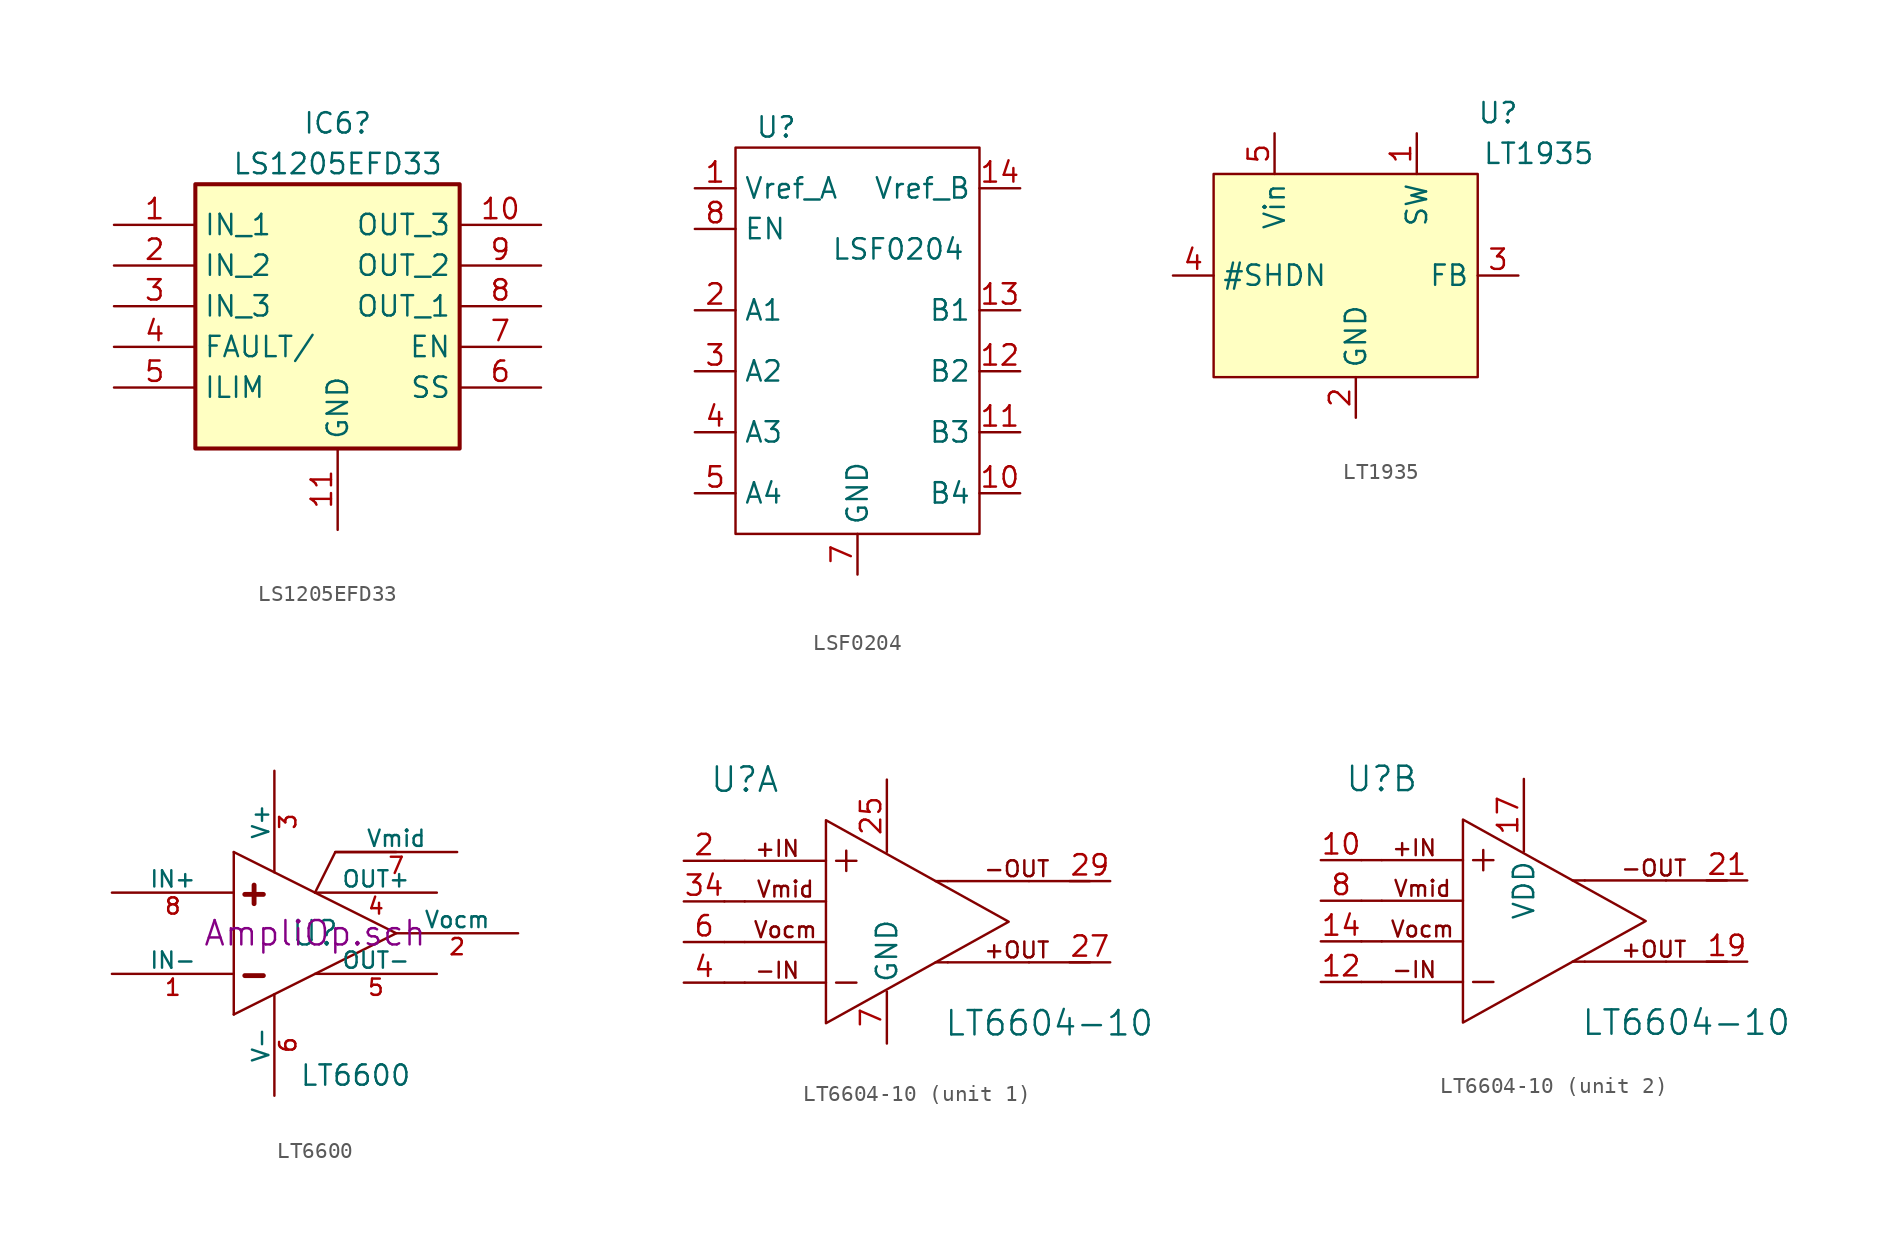
<source format=kicad_sym>
(kicad_symbol_lib
  (version 20220914)
  (generator kicad_symbol_editor)
  (symbol "LS1205EFD33"
    (property "Reference" "IC6"
      (at 13.97 6.35 0)
      (effects (font (size 1.27 1.27))))
    (property "Value" "LS1205EFD33"
      (at 13.97 3.81 0)
      (effects (font (size 1.27 1.27))))
    (symbol "LS1205EFD33_1_1"
      (rectangle (start 5.08 2.54) (end 21.59 -13.97) (stroke (width 0.254) (type default)) (fill (type background)))
      (pin passive line (at 0 0 0) (length 5.08) (name "IN_1" (effects (font (size 1.27 1.27)))) (number "1" (effects (font (size 1.27 1.27)))))
      (pin passive line (at 26.67 0 180) (length 5.08) (name "OUT_3" (effects (font (size 1.27 1.27)))) (number "10" (effects (font (size 1.27 1.27)))))
      (pin passive line (at 13.97 -19.05 90) (length 5.08) (name "GND" (effects (font (size 1.27 1.27)))) (number "11" (effects (font (size 1.27 1.27)))))
      (pin passive line (at 0 -2.54 0) (length 5.08) (name "IN_2" (effects (font (size 1.27 1.27)))) (number "2" (effects (font (size 1.27 1.27)))))
      (pin passive line (at 0 -5.08 0) (length 5.08) (name "IN_3" (effects (font (size 1.27 1.27)))) (number "3" (effects (font (size 1.27 1.27)))))
      (pin passive line (at 0 -7.62 0) (length 5.08) (name "FAULT/" (effects (font (size 1.27 1.27)))) (number "4" (effects (font (size 1.27 1.27)))))
      (pin passive line (at 0 -10.16 0) (length 5.08) (name "ILIM" (effects (font (size 1.27 1.27)))) (number "5" (effects (font (size 1.27 1.27)))))
      (pin passive line (at 26.67 -10.16 180) (length 5.08) (name "SS" (effects (font (size 1.27 1.27)))) (number "6" (effects (font (size 1.27 1.27)))))
      (pin passive line (at 26.67 -7.62 180) (length 5.08) (name "EN" (effects (font (size 1.27 1.27)))) (number "7" (effects (font (size 1.27 1.27)))))
      (pin passive line (at 26.67 -5.08 180) (length 5.08) (name "OUT_1" (effects (font (size 1.27 1.27)))) (number "8" (effects (font (size 1.27 1.27)))))
      (pin passive line (at 26.67 -2.54 180) (length 5.08) (name "OUT_2" (effects (font (size 1.27 1.27)))) (number "9" (effects (font (size 1.27 1.27)))))))
  (symbol "LSF0204"
    (property "Reference" "U"
      (at -5.08 12.7 0)
      (effects (font (size 1.27 1.27))))
    (property "Value" "LSF0204"
      (at 2.54 5.08 0)
      (effects (font (size 1.27 1.27))))
    (symbol "LSF0204_0_1"
      (rectangle (start -7.62 11.43) (end 7.62 -12.7) (stroke (width 0.152) (type default)) (fill (type none))))
    (symbol "LSF0204_1_1"
      (pin power_in line (at -10.16 8.89 0) (length 2.54) (name "Vref_A" (effects (font (size 1.27 1.27)))) (number "1" (effects (font (size 1.27 1.27)))))
      (pin bidirectional line (at 10.16 -10.16 180) (length 2.54) (name "B4" (effects (font (size 1.27 1.27)))) (number "10" (effects (font (size 1.27 1.27)))))
      (pin bidirectional line (at 10.16 -6.35 180) (length 2.54) (name "B3" (effects (font (size 1.27 1.27)))) (number "11" (effects (font (size 1.27 1.27)))))
      (pin bidirectional line (at 10.16 -2.54 180) (length 2.54) (name "B2" (effects (font (size 1.27 1.27)))) (number "12" (effects (font (size 1.27 1.27)))))
      (pin bidirectional line (at 10.16 1.27 180) (length 2.54) (name "B1" (effects (font (size 1.27 1.27)))) (number "13" (effects (font (size 1.27 1.27)))))
      (pin power_in line (at 10.16 8.89 180) (length 2.54) (name "Vref_B" (effects (font (size 1.27 1.27)))) (number "14" (effects (font (size 1.27 1.27)))))
      (pin bidirectional line (at -10.16 1.27 0) (length 2.54) (name "A1" (effects (font (size 1.27 1.27)))) (number "2" (effects (font (size 1.27 1.27)))))
      (pin bidirectional line (at -10.16 -2.54 0) (length 2.54) (name "A2" (effects (font (size 1.27 1.27)))) (number "3" (effects (font (size 1.27 1.27)))))
      (pin bidirectional line (at -10.16 -6.35 0) (length 2.54) (name "A3" (effects (font (size 1.27 1.27)))) (number "4" (effects (font (size 1.27 1.27)))))
      (pin bidirectional line (at -10.16 -10.16 0) (length 2.54) (name "A4" (effects (font (size 1.27 1.27)))) (number "5" (effects (font (size 1.27 1.27)))))
      (pin no_connect line (at -1.27 -1.27 270) (length 2.54) hide (name "NC" (effects (font (size 1.27 1.27)))) (number "6" (effects (font (size 1.27 1.27)))))
      (pin unspecified line (at 0 -15.24 90) (length 2.54) (name "GND" (effects (font (size 1.27 1.27)))) (number "7" (effects (font (size 1.27 1.27)))))
      (pin unspecified line (at -10.16 6.35 0) (length 2.54) (name "EN" (effects (font (size 1.27 1.27)))) (number "8" (effects (font (size 1.27 1.27)))))
      (pin no_connect line (at -1.27 -1.27 270) (length 2.54) hide (name "NC" (effects (font (size 1.27 1.27)))) (number "9" (effects (font (size 1.27 1.27)))))))
  (symbol "LT1935"
    (property "Reference" "U"
      (at 8.89 10.16 0)
      (effects (font (size 1.27 1.27))))
    (property "Value" "LT1935"
      (at 11.43 7.62 0)
      (effects (font (size 1.27 1.27))))
    (symbol "LT1935_0_0"
      (pin output line (at 3.81 8.89 270) (length 2.54) (name "SW" (effects (font (size 1.27 1.27)))) (number "1" (effects (font (size 1.27 1.27)))))
      (pin power_in line (at 0 -8.89 90) (length 2.54) (name "GND" (effects (font (size 1.27 1.27)))) (number "2" (effects (font (size 1.27 1.27)))))
      (pin input line (at 10.16 0 180) (length 2.54) (name "FB" (effects (font (size 1.27 1.27)))) (number "3" (effects (font (size 1.27 1.27)))))
      (pin input line (at -11.43 0 0) (length 2.54) (name "#SHDN" (effects (font (size 1.27 1.27)))) (number "4" (effects (font (size 1.27 1.27)))))
      (pin power_in line (at -5.08 8.89 270) (length 2.54) (name "Vin" (effects (font (size 1.27 1.27)))) (number "5" (effects (font (size 1.27 1.27))))))
    (symbol "LT1935_0_1"
      (rectangle (start -8.89 6.35) (end 7.62 -6.35) (stroke (width 0.152) (type default)) (fill (type background)))))
  (symbol "LT6600"
    (pin_names
      (offset 0))
    (property "Reference" "U"
      (at 0 0 0)
      (effects (font (size 1.524 1.524))))
    (property "Value" "LT6600"
      (at 2.54 -8.89 0)
      (effects (font (size 1.27 1.27))))
    (property "Footprint" ""
      (at 0 0 0)
      (effects (font (size 1.524 1.524))))
    (property "Datasheet" "AmpliOp.sch"
      (at 0 0 0)
      (effects (font (size 1.524 1.524))))
    (symbol "LT6600_0_1"
      (polyline (pts (xy -5.08 -5.08) (xy -5.08 5.08)) (stroke (width 0) (type default)) (fill (type none)))
      (polyline (pts (xy -5.08 -5.08) (xy 5.08 0) (xy -5.08 5.08)) (stroke (width 0) (type default)) (fill (type none)))
      (polyline (pts (xy 5.08 5.08) (xy 1.27 5.08) (xy 0 2.54)) (stroke (width 0) (type default)) (fill (type none)))
      (text "+" (at -3.81 2.54 0) (effects (font (size 1.524 1.524) bold)))
      (text "-" (at -3.81 -2.54 0) (effects (font (size 1.524 1.524) bold))))
    (symbol "LT6600_1_1"
      (pin input line (at -12.7 -2.54 0) (length 7.62) (name "IN-" (effects (font (size 1.016 1.016)))) (number "1" (effects (font (size 1.016 1.016)))))
      (pin passive line (at 12.7 0 180) (length 7.62) (name "Vocm" (effects (font (size 1.016 1.016)))) (number "2" (effects (font (size 1.016 1.016)))))
      (pin power_in line (at -2.54 10.16 270) (length 6.35) (name "V+" (effects (font (size 1.016 1.016)))) (number "3" (effects (font (size 1.016 1.016)))))
      (pin output line (at 7.62 2.54 180) (length 7.62) (name "OUT+" (effects (font (size 1.016 1.016)))) (number "4" (effects (font (size 1.016 1.016)))))
      (pin output line (at 7.62 -2.54 180) (length 7.62) (name "OUT-" (effects (font (size 1.016 1.016)))) (number "5" (effects (font (size 1.016 1.016)))))
      (pin power_in line (at -2.54 -10.16 90) (length 6.35) (name "V-" (effects (font (size 1.016 1.016)))) (number "6" (effects (font (size 1.016 1.016)))))
      (pin passive line (at 8.89 5.08 180) (length 7.62) (name "Vmid" (effects (font (size 1.016 1.016)))) (number "7" (effects (font (size 1.016 1.016)))))
      (pin input line (at -12.7 2.54 0) (length 7.62) (name "IN+" (effects (font (size 1.016 1.016)))) (number "8" (effects (font (size 1.016 1.016)))))))
  (symbol "LT6604-10"
    (property "Reference" "U"
      (at -10.16 16.51 0)
      (effects (font (size 1.524 1.524))))
    (property "Value" "LT6604-10"
      (at 8.89 1.27 0)
      (effects (font (size 1.524 1.524))))
    (symbol "LT6604-10_0_0"
      (polyline (pts (xy -10.16 3.81) (xy -11.43 3.81)) (stroke (width 0) (type default)) (fill (type none)))
      (polyline (pts (xy -10.16 3.81) (xy -5.08 3.81)) (stroke (width 0) (type default)) (fill (type none)))
      (polyline (pts (xy -10.16 6.35) (xy -11.43 6.35)) (stroke (width 0) (type default)) (fill (type none)))
      (polyline (pts (xy -10.16 6.35) (xy -5.08 6.35)) (stroke (width 0) (type default)) (fill (type none)))
      (polyline (pts (xy -10.16 8.89) (xy -11.43 8.89)) (stroke (width 0) (type default)) (fill (type none)))
      (polyline (pts (xy -10.16 8.89) (xy -5.08 8.89)) (stroke (width 0) (type default)) (fill (type none)))
      (polyline (pts (xy -10.16 11.43) (xy -11.43 11.43)) (stroke (width 0) (type default)) (fill (type none)))
      (polyline (pts (xy -10.16 11.43) (xy -5.08 11.43)) (stroke (width 0) (type default)) (fill (type none)))
      (polyline (pts (xy -4.445 3.81) (xy -3.175 3.81)) (stroke (width 0) (type default)) (fill (type none)))
      (polyline (pts (xy -4.445 11.43) (xy -3.175 11.43)) (stroke (width 0) (type default)) (fill (type none)))
      (polyline (pts (xy -3.81 12.065) (xy -3.81 10.795)) (stroke (width 0) (type default)) (fill (type none)))
      (polyline (pts (xy 2.54 5.08) (xy 1.778 5.08)) (stroke (width 0) (type default)) (fill (type none)))
      (polyline (pts (xy 2.54 10.16) (xy 1.778 10.16)) (stroke (width 0) (type default)) (fill (type none)))
      (polyline (pts (xy 7.62 5.08) (xy 2.54 5.08)) (stroke (width 0) (type default)) (fill (type none)))
      (polyline (pts (xy 7.62 5.08) (xy 11.43 5.08)) (stroke (width 0) (type default)) (fill (type none)))
      (polyline (pts (xy 7.62 10.16) (xy 2.54 10.16)) (stroke (width 0) (type default)) (fill (type none)))
      (polyline (pts (xy 7.62 10.16) (xy 11.43 10.16)) (stroke (width 0) (type default)) (fill (type none)))
      (text "+IN" (at -8.128 12.192 0) (effects (font (size 0.991 0.991))))
      (text "+OUT" (at 6.858 5.842 0) (effects (font (size 0.991 0.991))))
      (text "-IN" (at -8.128 4.572 0) (effects (font (size 0.991 0.991))))
      (text "-OUT" (at 6.858 10.922 0) (effects (font (size 0.991 0.991))))
      (text "Vmid" (at -7.62 9.652 0) (effects (font (size 0.991 0.991))))
      (text "Vocm" (at -7.62 7.112 0) (effects (font (size 0.991 0.991)))))
    (symbol "LT6604-10_0_1"
      (polyline (pts (xy -5.08 13.97) (xy -5.08 1.27) (xy 6.35 7.62) (xy -5.08 13.97)) (stroke (width 0) (type default)) (fill (type none))))
    (symbol "LT6604-10_1_1"
      (pin input line (at -13.97 11.43 0) (length 2.54) (name "~" (effects (font (size 1.27 1.27)))) (number "2" (effects (font (size 1.27 1.27)))))
      (pin power_in line (at -1.27 0 90) (length 2.54) hide (name "GND" (effects (font (size 1.27 1.27)))) (number "24" (effects (font (size 1.27 1.27)))))
      (pin power_in line (at -1.27 16.51 270) (length 4.521) (name "~" (effects (font (size 1.27 1.27)))) (number "25" (effects (font (size 1.27 1.27)))))
      (pin output line (at 12.7 5.08 180) (length 2.54) (name "~" (effects (font (size 1.27 1.27)))) (number "27" (effects (font (size 1.27 1.27)))))
      (pin output line (at 12.7 10.16 180) (length 2.54) (name "~" (effects (font (size 1.27 1.27)))) (number "29" (effects (font (size 1.27 1.27)))))
      (pin power_in line (at -1.27 0 90) (length 2.54) hide (name "GND" (effects (font (size 1.27 1.27)))) (number "31" (effects (font (size 1.27 1.27)))))
      (pin power_in line (at -1.27 0 90) (length 2.54) hide (name "GND" (effects (font (size 1.27 1.27)))) (number "32" (effects (font (size 1.27 1.27)))))
      (pin power_in line (at -13.97 8.89 0) (length 2.54) (name "~" (effects (font (size 1.27 1.27)))) (number "34" (effects (font (size 1.27 1.27)))))
      (pin power_in line (at -1.27 0 90) (length 2.54) hide (name "GND" (effects (font (size 1.27 1.27)))) (number "35" (effects (font (size 1.27 1.27)))))
      (pin input line (at -13.97 3.81 0) (length 2.54) (name "~" (effects (font (size 1.27 1.27)))) (number "4" (effects (font (size 1.27 1.27)))))
      (pin power_in line (at -13.97 6.35 0) (length 2.54) (name "~" (effects (font (size 1.27 1.27)))) (number "6" (effects (font (size 1.27 1.27)))))
      (pin power_in line (at -1.27 0 90) (length 3.251) (name "GND" (effects (font (size 1.27 1.27)))) (number "7" (effects (font (size 1.27 1.27))))))
    (symbol "LT6604-10_2_1"
      (pin input line (at -13.97 11.43 0) (length 2.54) (name "~" (effects (font (size 1.27 1.27)))) (number "10" (effects (font (size 1.27 1.27)))))
      (pin input line (at -13.97 3.81 0) (length 2.54) (name "~" (effects (font (size 1.27 1.27)))) (number "12" (effects (font (size 1.27 1.27)))))
      (pin power_in line (at -13.97 6.35 0) (length 2.54) (name "~" (effects (font (size 1.27 1.27)))) (number "14" (effects (font (size 1.27 1.27)))))
      (pin power_in line (at -1.27 16.51 270) (length 4.547) (name "VDD" (effects (font (size 1.27 1.27)))) (number "17" (effects (font (size 1.27 1.27)))))
      (pin output line (at 12.7 5.08 180) (length 2.54) (name "~" (effects (font (size 1.27 1.27)))) (number "19" (effects (font (size 1.27 1.27)))))
      (pin output line (at 12.7 10.16 180) (length 2.54) (name "~" (effects (font (size 1.27 1.27)))) (number "21" (effects (font (size 1.27 1.27)))))
      (pin power_in line (at -13.97 8.89 0) (length 2.54) (name "~" (effects (font (size 1.27 1.27)))) (number "8" (effects (font (size 1.27 1.27))))))))
</source>
